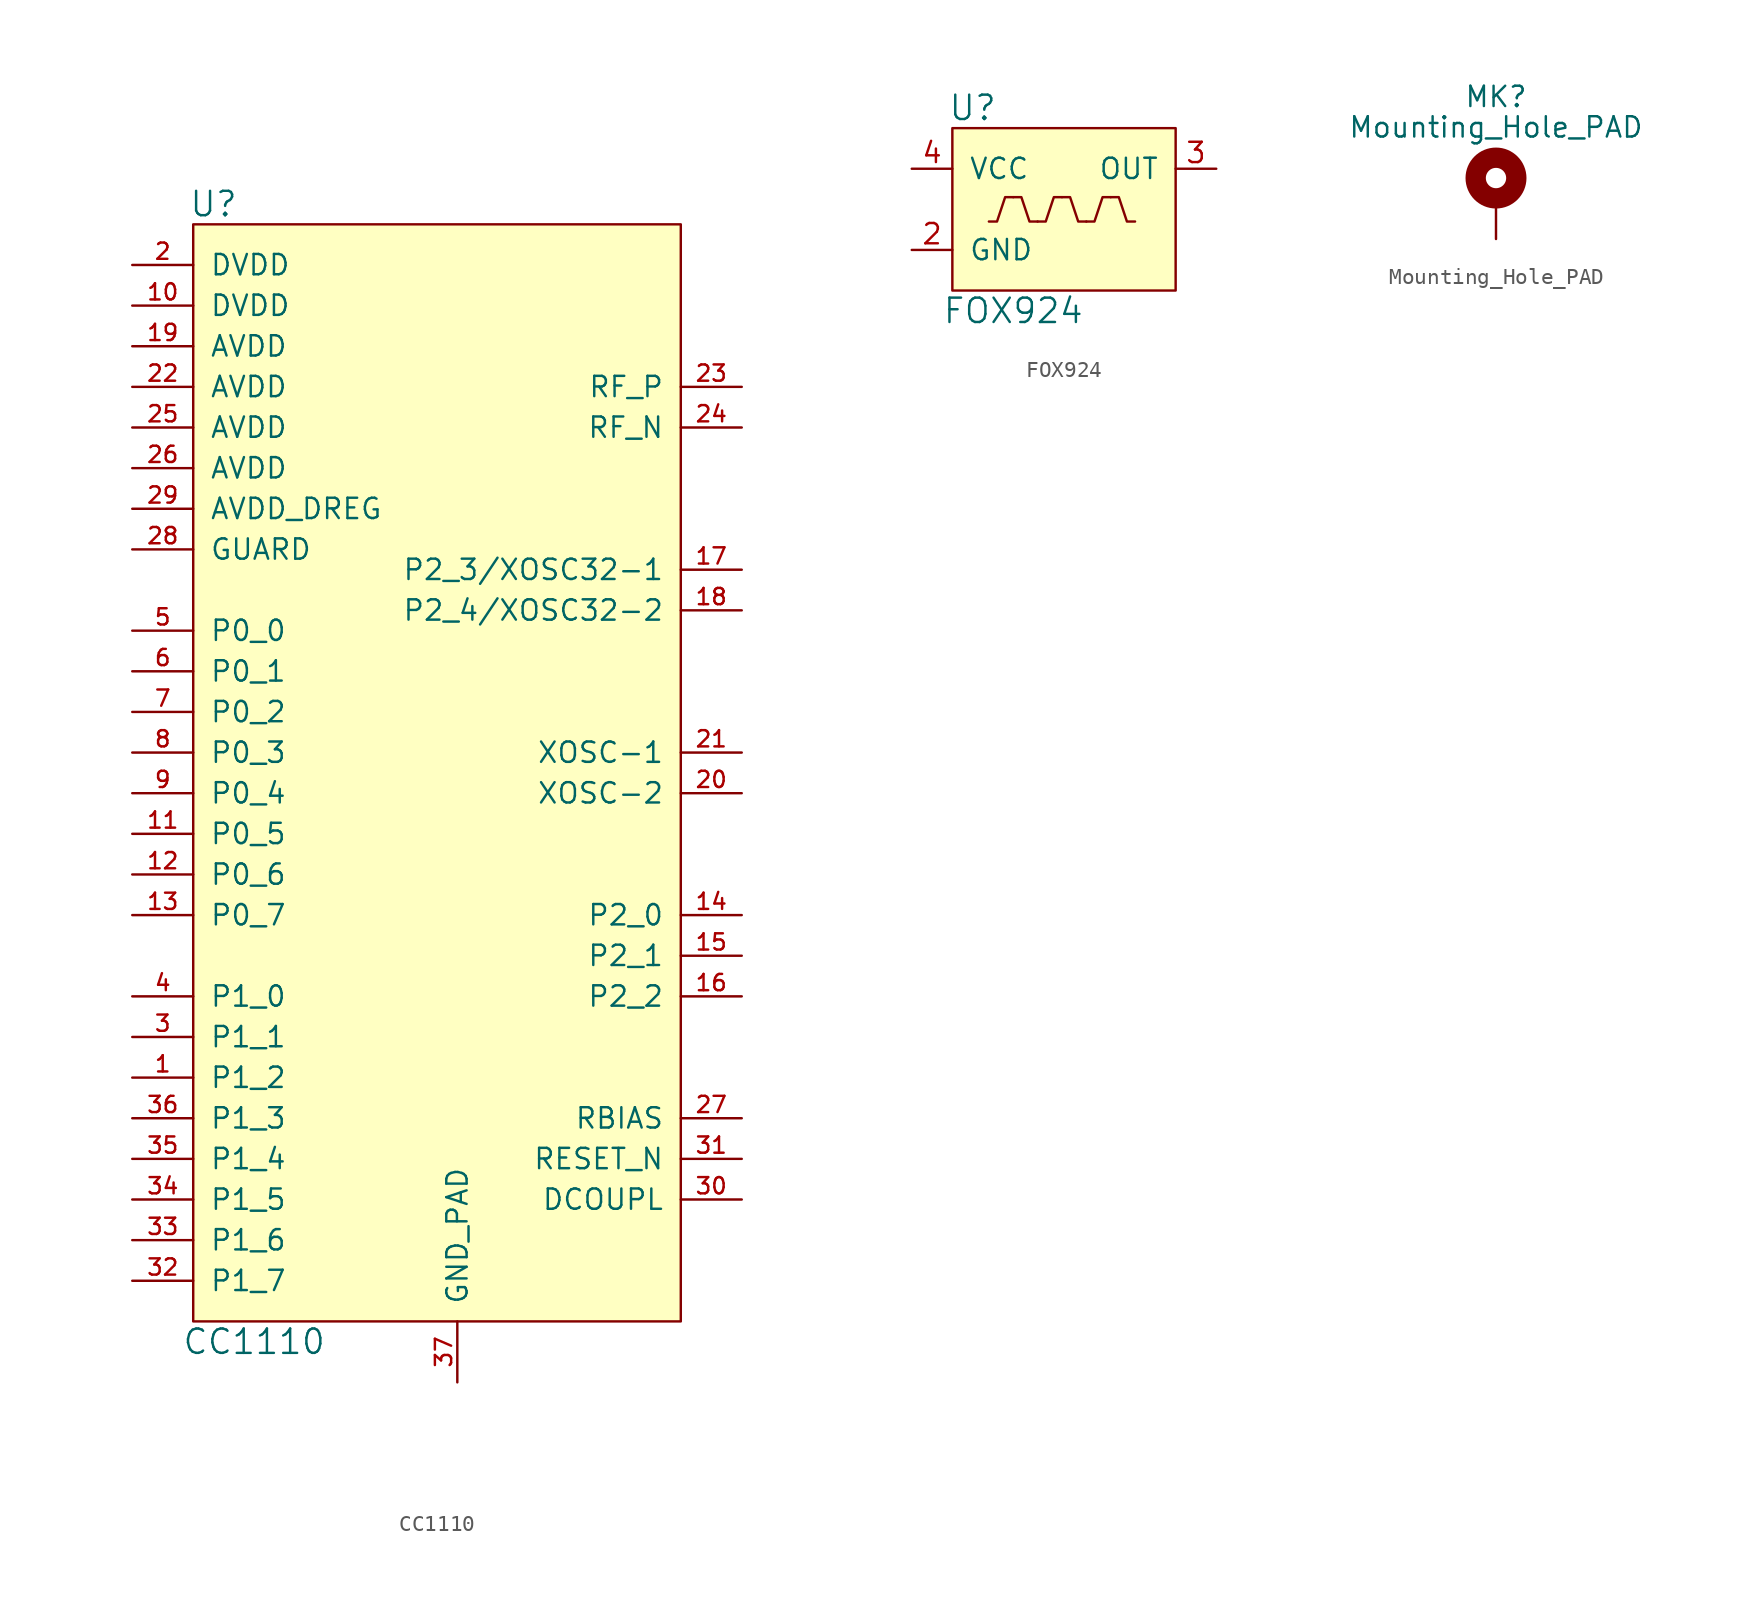
<source format=kicad_sym>
(kicad_symbol_lib
  (version 20211014)
  (generator kicad_symbol_editor)
  (symbol "CC1110"
    (pin_names
      (offset 1.016))
    (property "Reference" "U"
      (at -15.24 36.83 0)
      (effects (font (size 1.524 1.524))))
    (property "Value" "CC1110"
      (at -12.7 -34.29 0)
      (effects (font (size 1.524 1.524))))
    (symbol "CC1110_0_1"
      (rectangle (start -16.51 35.56) (end 13.97 -33.02) (stroke (width 0) (type default) (color 0 0 0 0)) (fill (type background))))
    (symbol "CC1110_1_1"
      (pin bidirectional line (at -20.32 -17.78 0) (length 3.81) (name "P1_2" (effects (font (size 1.27 1.27)))) (number "1" (effects (font (size 1.016 1.016)))))
      (pin power_in line (at -20.32 30.48 0) (length 3.81) (name "DVDD" (effects (font (size 1.27 1.27)))) (number "10" (effects (font (size 1.016 1.016)))))
      (pin bidirectional line (at -20.32 -2.54 0) (length 3.81) (name "P0_5" (effects (font (size 1.27 1.27)))) (number "11" (effects (font (size 1.016 1.016)))))
      (pin bidirectional line (at -20.32 -5.08 0) (length 3.81) (name "P0_6" (effects (font (size 1.27 1.27)))) (number "12" (effects (font (size 1.016 1.016)))))
      (pin bidirectional line (at -20.32 -7.62 0) (length 3.81) (name "P0_7" (effects (font (size 1.27 1.27)))) (number "13" (effects (font (size 1.016 1.016)))))
      (pin bidirectional line (at 17.78 -7.62 180) (length 3.81) (name "P2_0" (effects (font (size 1.27 1.27)))) (number "14" (effects (font (size 1.016 1.016)))))
      (pin bidirectional line (at 17.78 -10.16 180) (length 3.81) (name "P2_1" (effects (font (size 1.27 1.27)))) (number "15" (effects (font (size 1.016 1.016)))))
      (pin bidirectional line (at 17.78 -12.7 180) (length 3.81) (name "P2_2" (effects (font (size 1.27 1.27)))) (number "16" (effects (font (size 1.016 1.016)))))
      (pin bidirectional line (at 17.78 13.97 180) (length 3.81) (name "P2_3/XOSC32-1" (effects (font (size 1.27 1.27)))) (number "17" (effects (font (size 1.016 1.016)))))
      (pin bidirectional line (at 17.78 11.43 180) (length 3.81) (name "P2_4/XOSC32-2" (effects (font (size 1.27 1.27)))) (number "18" (effects (font (size 1.016 1.016)))))
      (pin power_in line (at -20.32 27.94 0) (length 3.81) (name "AVDD" (effects (font (size 1.27 1.27)))) (number "19" (effects (font (size 1.016 1.016)))))
      (pin power_in line (at -20.32 33.02 0) (length 3.81) (name "DVDD" (effects (font (size 1.27 1.27)))) (number "2" (effects (font (size 1.016 1.016)))))
      (pin bidirectional line (at 17.78 0 180) (length 3.81) (name "XOSC-2" (effects (font (size 1.27 1.27)))) (number "20" (effects (font (size 1.016 1.016)))))
      (pin bidirectional line (at 17.78 2.54 180) (length 3.81) (name "XOSC-1" (effects (font (size 1.27 1.27)))) (number "21" (effects (font (size 1.016 1.016)))))
      (pin power_in line (at -20.32 25.4 0) (length 3.81) (name "AVDD" (effects (font (size 1.27 1.27)))) (number "22" (effects (font (size 1.016 1.016)))))
      (pin bidirectional line (at 17.78 25.4 180) (length 3.81) (name "RF_P" (effects (font (size 1.27 1.27)))) (number "23" (effects (font (size 1.016 1.016)))))
      (pin bidirectional line (at 17.78 22.86 180) (length 3.81) (name "RF_N" (effects (font (size 1.27 1.27)))) (number "24" (effects (font (size 1.016 1.016)))))
      (pin power_in line (at -20.32 22.86 0) (length 3.81) (name "AVDD" (effects (font (size 1.27 1.27)))) (number "25" (effects (font (size 1.016 1.016)))))
      (pin power_in line (at -20.32 20.32 0) (length 3.81) (name "AVDD" (effects (font (size 1.27 1.27)))) (number "26" (effects (font (size 1.016 1.016)))))
      (pin bidirectional line (at 17.78 -20.32 180) (length 3.81) (name "RBIAS" (effects (font (size 1.27 1.27)))) (number "27" (effects (font (size 1.016 1.016)))))
      (pin power_in line (at -20.32 15.24 0) (length 3.81) (name "GUARD" (effects (font (size 1.27 1.27)))) (number "28" (effects (font (size 1.016 1.016)))))
      (pin power_in line (at -20.32 17.78 0) (length 3.81) (name "AVDD_DREG" (effects (font (size 1.27 1.27)))) (number "29" (effects (font (size 1.016 1.016)))))
      (pin bidirectional line (at -20.32 -15.24 0) (length 3.81) (name "P1_1" (effects (font (size 1.27 1.27)))) (number "3" (effects (font (size 1.016 1.016)))))
      (pin passive line (at 17.78 -25.4 180) (length 3.81) (name "DCOUPL" (effects (font (size 1.27 1.27)))) (number "30" (effects (font (size 1.016 1.016)))))
      (pin bidirectional line (at 17.78 -22.86 180) (length 3.81) (name "RESET_N" (effects (font (size 1.27 1.27)))) (number "31" (effects (font (size 1.016 1.016)))))
      (pin bidirectional line (at -20.32 -30.48 0) (length 3.81) (name "P1_7" (effects (font (size 1.27 1.27)))) (number "32" (effects (font (size 1.016 1.016)))))
      (pin bidirectional line (at -20.32 -27.94 0) (length 3.81) (name "P1_6" (effects (font (size 1.27 1.27)))) (number "33" (effects (font (size 1.016 1.016)))))
      (pin bidirectional line (at -20.32 -25.4 0) (length 3.81) (name "P1_5" (effects (font (size 1.27 1.27)))) (number "34" (effects (font (size 1.016 1.016)))))
      (pin bidirectional line (at -20.32 -22.86 0) (length 3.81) (name "P1_4" (effects (font (size 1.27 1.27)))) (number "35" (effects (font (size 1.016 1.016)))))
      (pin bidirectional line (at -20.32 -20.32 0) (length 3.81) (name "P1_3" (effects (font (size 1.27 1.27)))) (number "36" (effects (font (size 1.016 1.016)))))
      (pin passive line (at 0 -36.83 90) (length 3.81) (name "GND_PAD" (effects (font (size 1.27 1.27)))) (number "37" (effects (font (size 1.016 1.016)))))
      (pin bidirectional line (at -20.32 -12.7 0) (length 3.81) (name "P1_0" (effects (font (size 1.27 1.27)))) (number "4" (effects (font (size 1.016 1.016)))))
      (pin bidirectional line (at -20.32 10.16 0) (length 3.81) (name "P0_0" (effects (font (size 1.27 1.27)))) (number "5" (effects (font (size 1.016 1.016)))))
      (pin bidirectional line (at -20.32 7.62 0) (length 3.81) (name "P0_1" (effects (font (size 1.27 1.27)))) (number "6" (effects (font (size 1.016 1.016)))))
      (pin bidirectional line (at -20.32 5.08 0) (length 3.81) (name "P0_2" (effects (font (size 1.27 1.27)))) (number "7" (effects (font (size 1.016 1.016)))))
      (pin bidirectional line (at -20.32 2.54 0) (length 3.81) (name "P0_3" (effects (font (size 1.27 1.27)))) (number "8" (effects (font (size 1.016 1.016)))))
      (pin bidirectional line (at -20.32 0 0) (length 3.81) (name "P0_4" (effects (font (size 1.27 1.27)))) (number "9" (effects (font (size 1.016 1.016)))))))
  (symbol "FOX924"
    (pin_names
      (offset 1.016))
    (property "Reference" "U"
      (at -6.35 6.35 0)
      (effects (font (size 1.524 1.524))))
    (property "Value" "FOX924"
      (at -3.81 -6.35 0)
      (effects (font (size 1.524 1.524))))
    (symbol "FOX924_0_1"
      (rectangle (start -7.62 5.08) (end 6.35 -5.08) (stroke (width 0) (type default) (color 0 0 0 0)) (fill (type background)))
      (polyline (pts (xy -5.334 -0.762) (xy -4.826 -0.762) (xy -4.318 0.762) (xy -3.81 0.762)) (stroke (width 0) (type default) (color 0 0 0 0)) (fill (type none)))
      (polyline (pts (xy -3.81 0.762) (xy -3.302 0.762) (xy -2.794 -0.762) (xy -2.286 -0.762)) (stroke (width 0) (type default) (color 0 0 0 0)) (fill (type none)))
      (polyline (pts (xy -2.286 -0.762) (xy -1.778 -0.762) (xy -1.27 0.762) (xy -0.762 0.762)) (stroke (width 0) (type default) (color 0 0 0 0)) (fill (type none)))
      (polyline (pts (xy -0.762 0.762) (xy -0.254 0.762) (xy 0.254 -0.762) (xy 0.762 -0.762)) (stroke (width 0) (type default) (color 0 0 0 0)) (fill (type none)))
      (polyline (pts (xy 0.762 -0.762) (xy 1.27 -0.762) (xy 1.778 0.762) (xy 2.286 0.762)) (stroke (width 0) (type default) (color 0 0 0 0)) (fill (type none)))
      (polyline (pts (xy 2.286 0.762) (xy 2.794 0.762) (xy 3.302 -0.762) (xy 3.81 -0.762)) (stroke (width 0) (type default) (color 0 0 0 0)) (fill (type none))))
    (symbol "FOX924_1_1"
      (pin passive line (at -10.16 -2.54 0) (length 2.54) (name "GND" (effects (font (size 1.27 1.27)))) (number "2" (effects (font (size 1.27 1.27)))))
      (pin passive line (at 8.89 2.54 180) (length 2.54) (name "OUT" (effects (font (size 1.27 1.27)))) (number "3" (effects (font (size 1.27 1.27)))))
      (pin passive line (at -10.16 2.54 0) (length 2.54) (name "VCC" (effects (font (size 1.27 1.27)))) (number "4" (effects (font (size 1.27 1.27)))))))
  (symbol "Mounting_Hole_PAD"
    (pin_numbers hide)
    (pin_names
      (offset 1.016) hide)
    (property "Reference" "MK"
      (at 0 6.35 0)
      (effects (font (size 1.27 1.27))))
    (property "Value" "Mounting_Hole_PAD"
      (at 0 4.445 0)
      (effects (font (size 1.27 1.27))))
    (symbol "Mounting_Hole_PAD_0_1"
      (circle (center 0 1.27) (radius 1.27) (stroke (width 1.27) (type default) (color 0 0 0 0)) (fill (type none))))
    (symbol "Mounting_Hole_PAD_1_1"
      (pin input line (at 0 -2.54 90) (length 2.54) (name "1" (effects (font (size 1.27 1.27)))) (number "1" (effects (font (size 1.27 1.27))))))))
</source>
